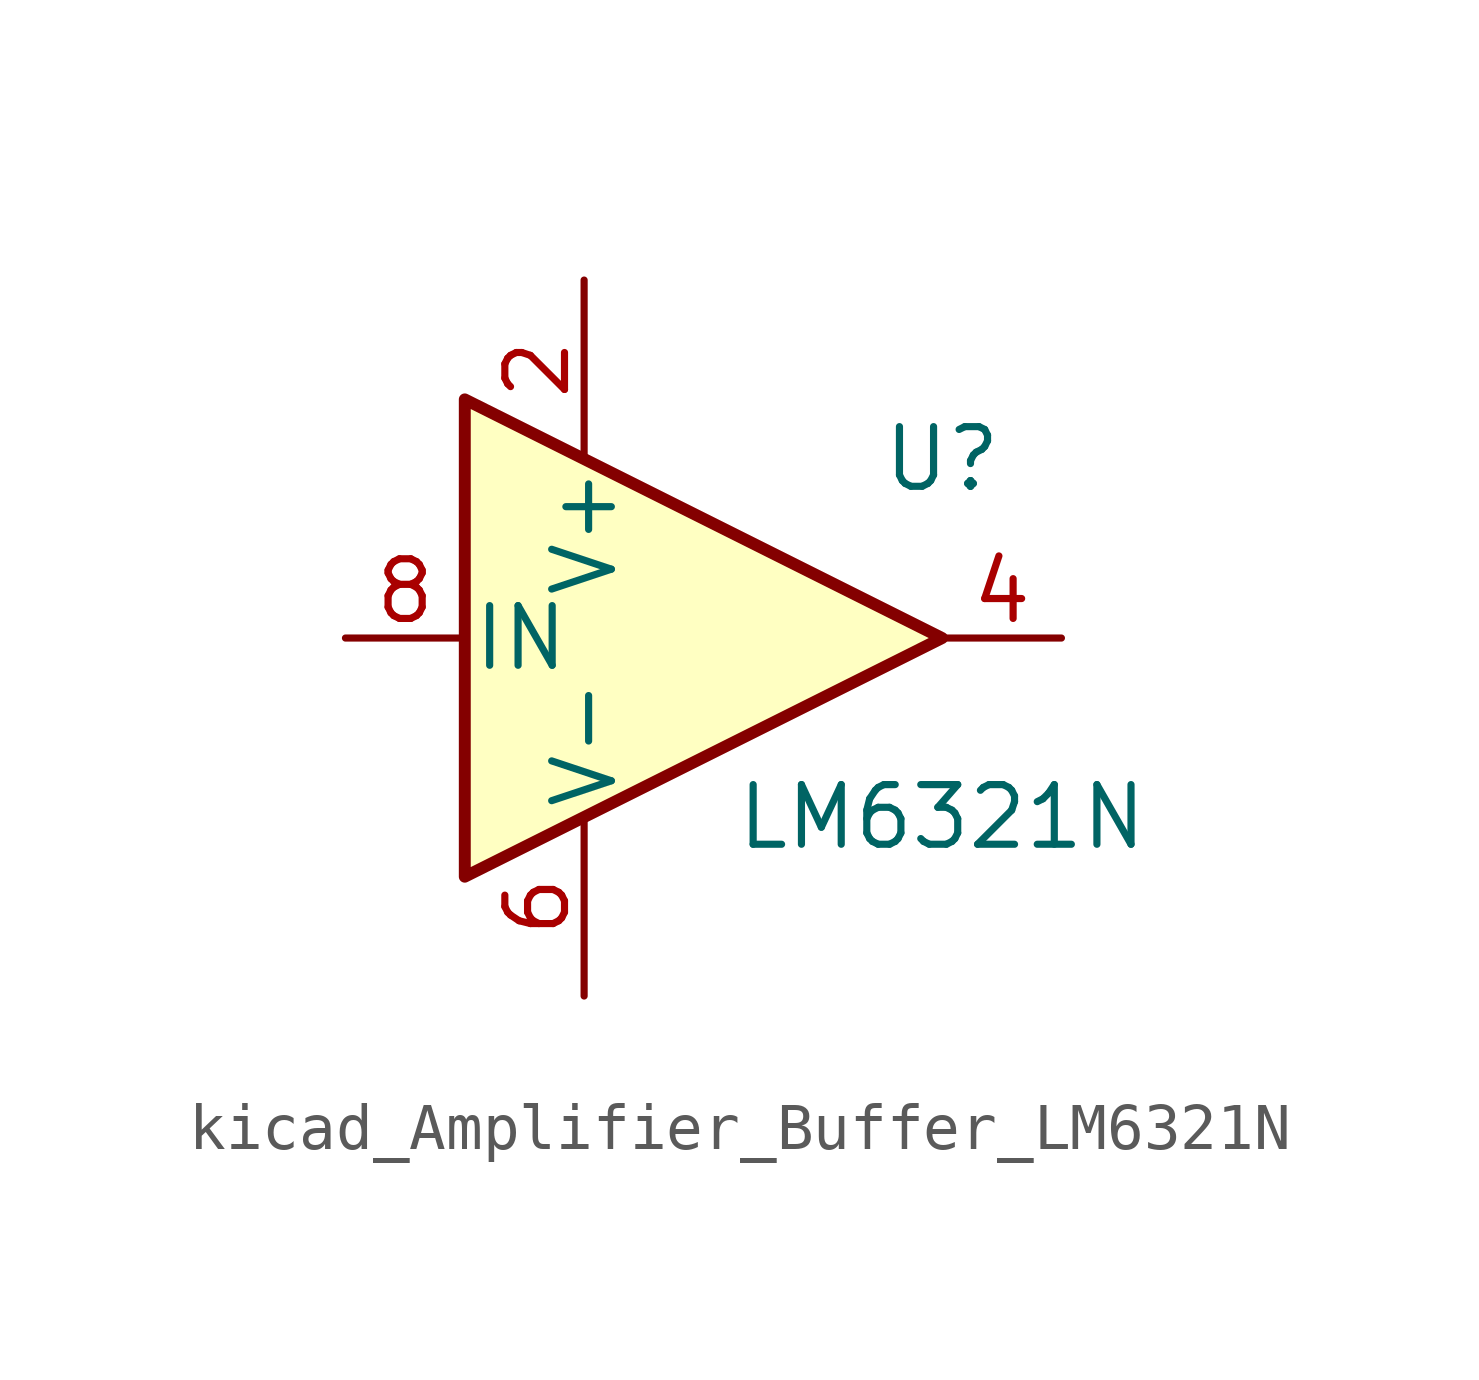
<source format=kicad_sym>
(kicad_symbol_lib
  (version 20220914)
  (generator kicad_symbol_editor)
  (symbol "kicad_Amplifier_Buffer_LM6321N"
    (pin_names
      (offset 0.127))
    (property "Reference" "U"
      (at 5.08 3.81 0)
      (effects (font (size 1.27 1.27))))
    (property "Value" "LM6321N"
      (at 5.08 -3.81 0)
      (effects (font (size 1.27 1.27))))
    (symbol "kicad_Amplifier_Buffer_LM6321N_0_1"
      (polyline (pts (xy 5.08 0) (xy -5.08 5.08) (xy -5.08 -5.08) (xy 5.08 0)) (stroke (width 0.254) (type default)) (fill (type background))))
    (symbol "kicad_Amplifier_Buffer_LM6321N_1_1"
      (pin no_connect line (at -2.54 -2.54 90) (length 2.54) hide (name "NC" (effects (font (size 1.27 1.27)))) (number "1" (effects (font (size 1.27 1.27)))))
      (pin power_in line (at -2.54 7.62 270) (length 3.81) (name "V+" (effects (font (size 1.27 1.27)))) (number "2" (effects (font (size 1.27 1.27)))))
      (pin no_connect line (at 0 -2.54 90) (length 2.54) hide (name "NC" (effects (font (size 1.27 1.27)))) (number "3" (effects (font (size 1.27 1.27)))))
      (pin output line (at 7.62 0 180) (length 2.54) (name "~" (effects (font (size 1.27 1.27)))) (number "4" (effects (font (size 1.27 1.27)))))
      (pin no_connect line (at -2.54 2.54 270) (length 2.54) hide (name "NC" (effects (font (size 1.27 1.27)))) (number "5" (effects (font (size 1.27 1.27)))))
      (pin power_in line (at -2.54 -7.62 90) (length 3.81) (name "V-" (effects (font (size 1.27 1.27)))) (number "6" (effects (font (size 1.27 1.27)))))
      (pin no_connect line (at 0 2.54 270) (length 2.54) hide (name "NC" (effects (font (size 1.27 1.27)))) (number "7" (effects (font (size 1.27 1.27)))))
      (pin input line (at -7.62 0 0) (length 2.54) (name "IN" (effects (font (size 1.27 1.27)))) (number "8" (effects (font (size 1.27 1.27))))))))
</source>
